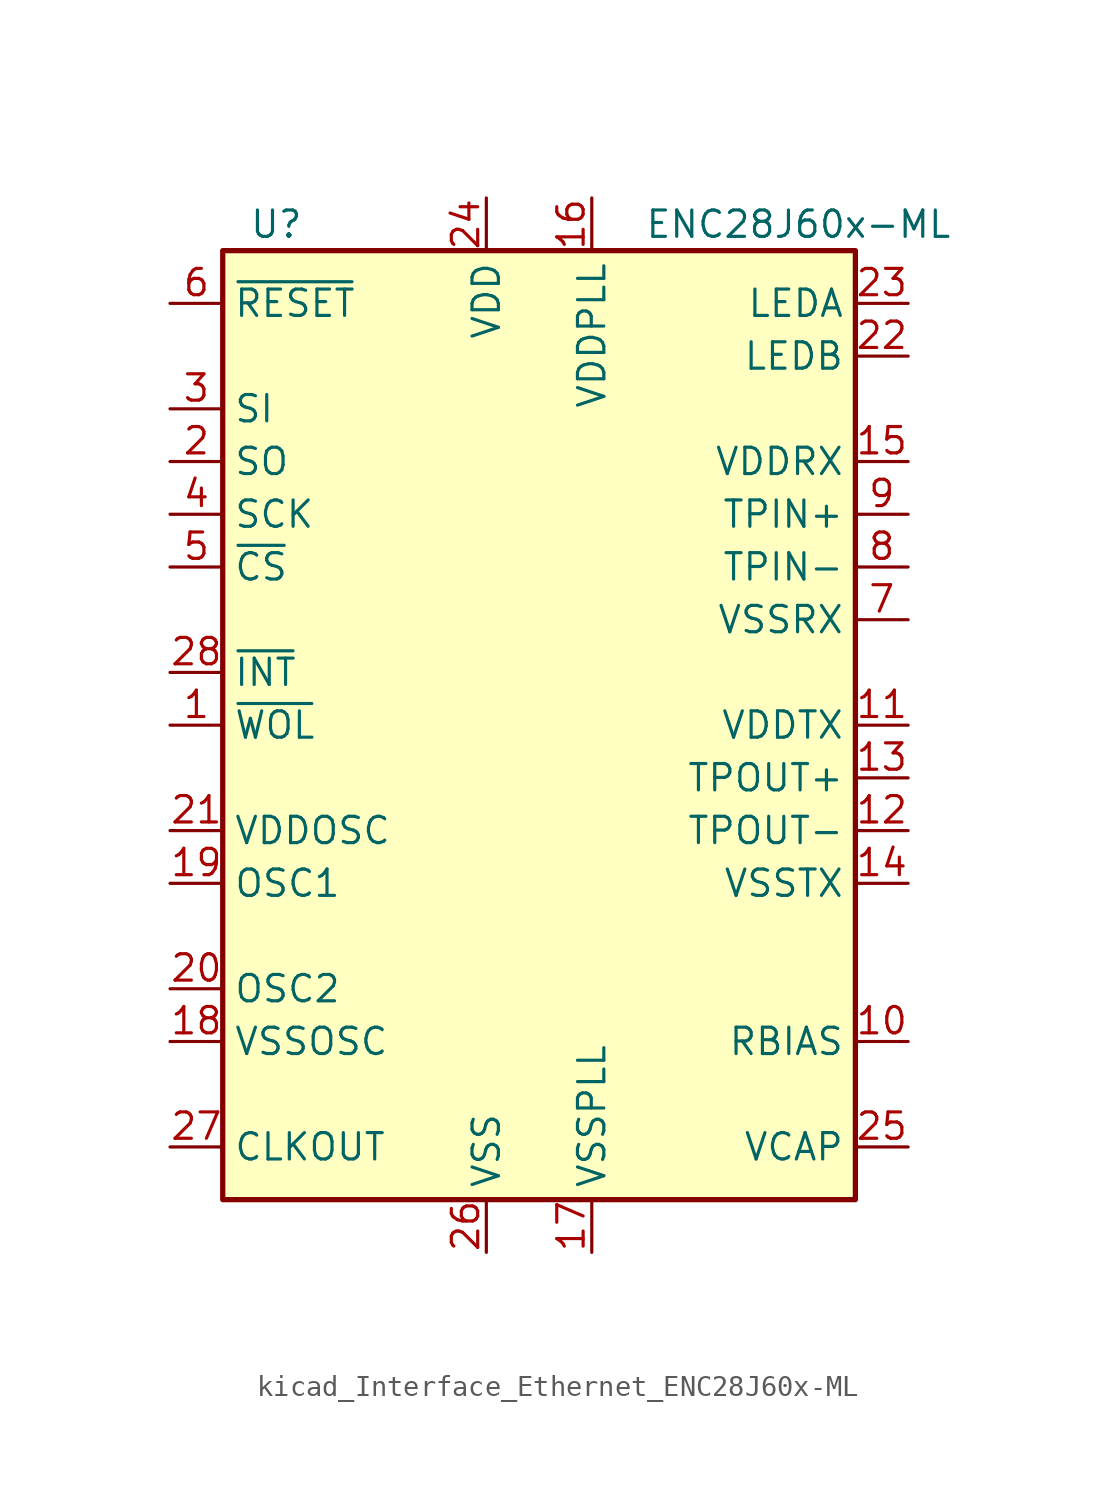
<source format=kicad_sym>
(kicad_symbol_lib
  (version 20220914)
  (generator kicad_symbol_editor)
  (symbol "kicad_Interface_Ethernet_ENC28J60x-ML"
    (property "Reference" "U"
      (at -13.97 24.13 0)
      (effects (font (size 1.27 1.27)) (justify left)))
    (property "Value" "ENC28J60x-ML"
      (at 5.08 24.13 0)
      (effects (font (size 1.27 1.27)) (justify left)))
    (symbol "kicad_Interface_Ethernet_ENC28J60x-ML_0_1"
      (rectangle (start -15.24 22.86) (end 15.24 -22.86) (stroke (width 0.254) (type default)) (fill (type background))))
    (symbol "kicad_Interface_Ethernet_ENC28J60x-ML_1_1"
      (pin output line (at -17.78 0 0) (length 2.54) (name "~{WOL}" (effects (font (size 1.27 1.27)))) (number "1" (effects (font (size 1.27 1.27)))))
      (pin input line (at 17.78 -15.24 180) (length 2.54) (name "RBIAS" (effects (font (size 1.27 1.27)))) (number "10" (effects (font (size 1.27 1.27)))))
      (pin power_in line (at 17.78 0 180) (length 2.54) (name "VDDTX" (effects (font (size 1.27 1.27)))) (number "11" (effects (font (size 1.27 1.27)))))
      (pin output line (at 17.78 -5.08 180) (length 2.54) (name "TPOUT-" (effects (font (size 1.27 1.27)))) (number "12" (effects (font (size 1.27 1.27)))))
      (pin output line (at 17.78 -2.54 180) (length 2.54) (name "TPOUT+" (effects (font (size 1.27 1.27)))) (number "13" (effects (font (size 1.27 1.27)))))
      (pin power_out line (at 17.78 -7.62 180) (length 2.54) (name "VSSTX" (effects (font (size 1.27 1.27)))) (number "14" (effects (font (size 1.27 1.27)))))
      (pin power_in line (at 17.78 12.7 180) (length 2.54) (name "VDDRX" (effects (font (size 1.27 1.27)))) (number "15" (effects (font (size 1.27 1.27)))))
      (pin power_in line (at 2.54 25.4 270) (length 2.54) (name "VDDPLL" (effects (font (size 1.27 1.27)))) (number "16" (effects (font (size 1.27 1.27)))))
      (pin power_in line (at 2.54 -25.4 90) (length 2.54) (name "VSSPLL" (effects (font (size 1.27 1.27)))) (number "17" (effects (font (size 1.27 1.27)))))
      (pin power_in line (at -17.78 -15.24 0) (length 2.54) (name "VSSOSC" (effects (font (size 1.27 1.27)))) (number "18" (effects (font (size 1.27 1.27)))))
      (pin input line (at -17.78 -7.62 0) (length 2.54) (name "OSC1" (effects (font (size 1.27 1.27)))) (number "19" (effects (font (size 1.27 1.27)))))
      (pin output line (at -17.78 12.7 0) (length 2.54) (name "SO" (effects (font (size 1.27 1.27)))) (number "2" (effects (font (size 1.27 1.27)))))
      (pin output line (at -17.78 -12.7 0) (length 2.54) (name "OSC2" (effects (font (size 1.27 1.27)))) (number "20" (effects (font (size 1.27 1.27)))))
      (pin power_in line (at -17.78 -5.08 0) (length 2.54) (name "VDDOSC" (effects (font (size 1.27 1.27)))) (number "21" (effects (font (size 1.27 1.27)))))
      (pin output line (at 17.78 17.78 180) (length 2.54) (name "LEDB" (effects (font (size 1.27 1.27)))) (number "22" (effects (font (size 1.27 1.27)))))
      (pin output line (at 17.78 20.32 180) (length 2.54) (name "LEDA" (effects (font (size 1.27 1.27)))) (number "23" (effects (font (size 1.27 1.27)))))
      (pin power_in line (at -2.54 25.4 270) (length 2.54) (name "VDD" (effects (font (size 1.27 1.27)))) (number "24" (effects (font (size 1.27 1.27)))))
      (pin input line (at 17.78 -20.32 180) (length 2.54) (name "VCAP" (effects (font (size 1.27 1.27)))) (number "25" (effects (font (size 1.27 1.27)))))
      (pin power_in line (at -2.54 -25.4 90) (length 2.54) (name "VSS" (effects (font (size 1.27 1.27)))) (number "26" (effects (font (size 1.27 1.27)))))
      (pin output line (at -17.78 -20.32 0) (length 2.54) (name "CLKOUT" (effects (font (size 1.27 1.27)))) (number "27" (effects (font (size 1.27 1.27)))))
      (pin output line (at -17.78 2.54 0) (length 2.54) (name "~{INT}" (effects (font (size 1.27 1.27)))) (number "28" (effects (font (size 1.27 1.27)))))
      (pin input line (at -17.78 15.24 0) (length 2.54) (name "SI" (effects (font (size 1.27 1.27)))) (number "3" (effects (font (size 1.27 1.27)))))
      (pin input line (at -17.78 10.16 0) (length 2.54) (name "SCK" (effects (font (size 1.27 1.27)))) (number "4" (effects (font (size 1.27 1.27)))))
      (pin input line (at -17.78 7.62 0) (length 2.54) (name "~{CS}" (effects (font (size 1.27 1.27)))) (number "5" (effects (font (size 1.27 1.27)))))
      (pin input line (at -17.78 20.32 0) (length 2.54) (name "~{RESET}" (effects (font (size 1.27 1.27)))) (number "6" (effects (font (size 1.27 1.27)))))
      (pin power_out line (at 17.78 5.08 180) (length 2.54) (name "VSSRX" (effects (font (size 1.27 1.27)))) (number "7" (effects (font (size 1.27 1.27)))))
      (pin input line (at 17.78 7.62 180) (length 2.54) (name "TPIN-" (effects (font (size 1.27 1.27)))) (number "8" (effects (font (size 1.27 1.27)))))
      (pin input line (at 17.78 10.16 180) (length 2.54) (name "TPIN+" (effects (font (size 1.27 1.27)))) (number "9" (effects (font (size 1.27 1.27))))))))
</source>
